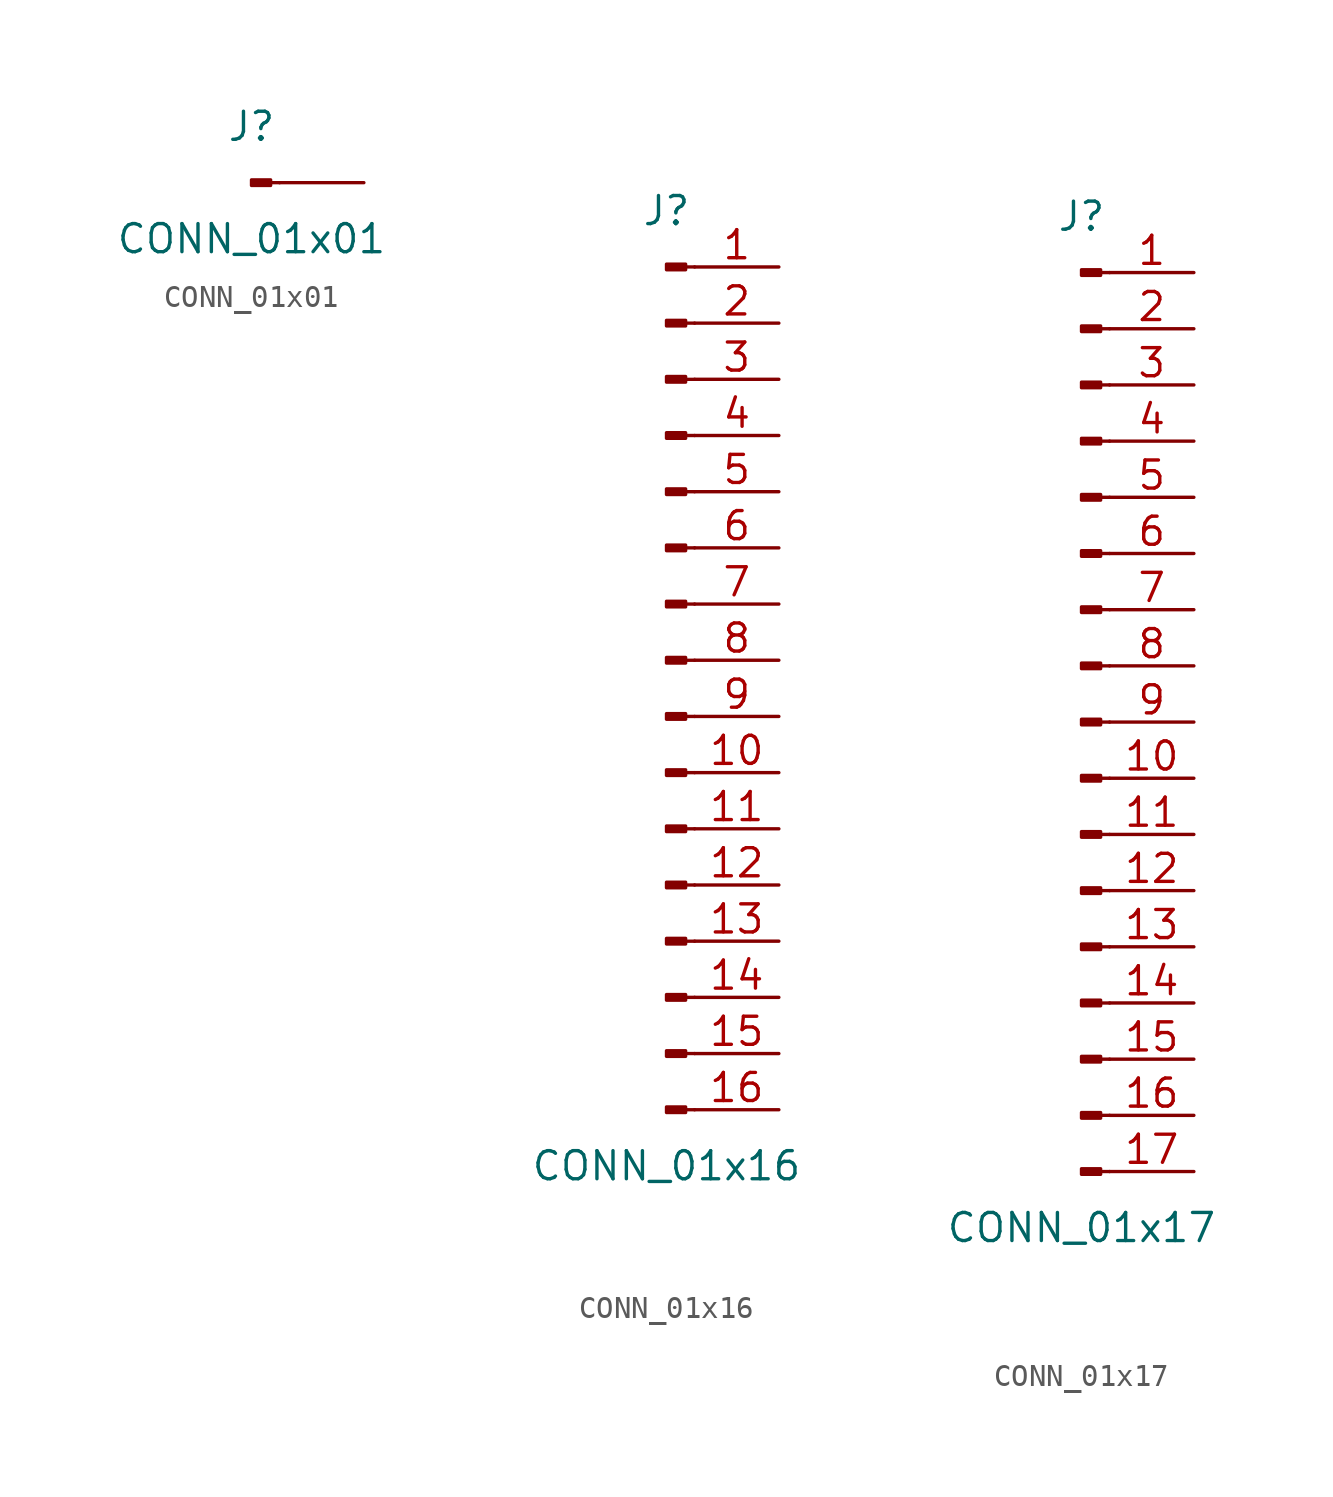
<source format=kicad_sym>
(kicad_symbol_lib
  (version 20220914)
  (generator kicad_symbol_editor)
  (symbol "CONN_01x01"
    (pin_numbers hide)
    (pin_names
      (offset 1.016) hide)
    (property "Reference" "J"
      (at 0 2.54 0)
      (effects (font (size 1.27 1.27))))
    (property "Value" "CONN_01x01"
      (at 0 -2.54 0)
      (effects (font (size 1.27 1.27))))
    (symbol "CONN_01x01_1_1"
      (polyline (pts (xy 1.27 0) (xy 0.864 0)) (stroke (width 0.152) (type default)) (fill (type none)))
      (rectangle (start 0 0.127) (end 0.864 -0.127) (stroke (width 0.152) (type default)) (fill (type outline)))
      (pin passive line (at 5.08 0 180) (length 3.81) (name "Pin_1" (effects (font (size 1.27 1.27)))) (number "1" (effects (font (size 1.27 1.27)))))))
  (symbol "CONN_01x16"
    (pin_names
      (offset 1.016) hide)
    (property "Reference" "J"
      (at 0 20.32 0)
      (effects (font (size 1.27 1.27))))
    (property "Value" "CONN_01x16"
      (at 0 -22.86 0)
      (effects (font (size 1.27 1.27))))
    (symbol "CONN_01x16_1_1"
      (polyline (pts (xy 1.27 -20.32) (xy 0.864 -20.32)) (stroke (width 0.152) (type default)) (fill (type none)))
      (polyline (pts (xy 1.27 -17.78) (xy 0.864 -17.78)) (stroke (width 0.152) (type default)) (fill (type none)))
      (polyline (pts (xy 1.27 -15.24) (xy 0.864 -15.24)) (stroke (width 0.152) (type default)) (fill (type none)))
      (polyline (pts (xy 1.27 -12.7) (xy 0.864 -12.7)) (stroke (width 0.152) (type default)) (fill (type none)))
      (polyline (pts (xy 1.27 -10.16) (xy 0.864 -10.16)) (stroke (width 0.152) (type default)) (fill (type none)))
      (polyline (pts (xy 1.27 -7.62) (xy 0.864 -7.62)) (stroke (width 0.152) (type default)) (fill (type none)))
      (polyline (pts (xy 1.27 -5.08) (xy 0.864 -5.08)) (stroke (width 0.152) (type default)) (fill (type none)))
      (polyline (pts (xy 1.27 -2.54) (xy 0.864 -2.54)) (stroke (width 0.152) (type default)) (fill (type none)))
      (polyline (pts (xy 1.27 0) (xy 0.864 0)) (stroke (width 0.152) (type default)) (fill (type none)))
      (polyline (pts (xy 1.27 2.54) (xy 0.864 2.54)) (stroke (width 0.152) (type default)) (fill (type none)))
      (polyline (pts (xy 1.27 5.08) (xy 0.864 5.08)) (stroke (width 0.152) (type default)) (fill (type none)))
      (polyline (pts (xy 1.27 7.62) (xy 0.864 7.62)) (stroke (width 0.152) (type default)) (fill (type none)))
      (polyline (pts (xy 1.27 10.16) (xy 0.864 10.16)) (stroke (width 0.152) (type default)) (fill (type none)))
      (polyline (pts (xy 1.27 12.7) (xy 0.864 12.7)) (stroke (width 0.152) (type default)) (fill (type none)))
      (polyline (pts (xy 1.27 15.24) (xy 0.864 15.24)) (stroke (width 0.152) (type default)) (fill (type none)))
      (polyline (pts (xy 1.27 17.78) (xy 0.864 17.78)) (stroke (width 0.152) (type default)) (fill (type none)))
      (rectangle (start 0.864 -20.193) (end 0 -20.447) (stroke (width 0.152) (type default)) (fill (type outline)))
      (rectangle (start 0.864 -17.653) (end 0 -17.907) (stroke (width 0.152) (type default)) (fill (type outline)))
      (rectangle (start 0.864 -15.113) (end 0 -15.367) (stroke (width 0.152) (type default)) (fill (type outline)))
      (rectangle (start 0.864 -12.573) (end 0 -12.827) (stroke (width 0.152) (type default)) (fill (type outline)))
      (rectangle (start 0.864 -10.033) (end 0 -10.287) (stroke (width 0.152) (type default)) (fill (type outline)))
      (rectangle (start 0.864 -7.493) (end 0 -7.747) (stroke (width 0.152) (type default)) (fill (type outline)))
      (rectangle (start 0.864 -4.953) (end 0 -5.207) (stroke (width 0.152) (type default)) (fill (type outline)))
      (rectangle (start 0.864 -2.413) (end 0 -2.667) (stroke (width 0.152) (type default)) (fill (type outline)))
      (rectangle (start 0.864 0.127) (end 0 -0.127) (stroke (width 0.152) (type default)) (fill (type outline)))
      (rectangle (start 0.864 2.667) (end 0 2.413) (stroke (width 0.152) (type default)) (fill (type outline)))
      (rectangle (start 0.864 5.207) (end 0 4.953) (stroke (width 0.152) (type default)) (fill (type outline)))
      (rectangle (start 0.864 7.747) (end 0 7.493) (stroke (width 0.152) (type default)) (fill (type outline)))
      (rectangle (start 0.864 10.287) (end 0 10.033) (stroke (width 0.152) (type default)) (fill (type outline)))
      (rectangle (start 0.864 12.827) (end 0 12.573) (stroke (width 0.152) (type default)) (fill (type outline)))
      (rectangle (start 0.864 15.367) (end 0 15.113) (stroke (width 0.152) (type default)) (fill (type outline)))
      (rectangle (start 0.864 17.907) (end 0 17.653) (stroke (width 0.152) (type default)) (fill (type outline)))
      (pin passive line (at 5.08 17.78 180) (length 3.81) (name "Pin_1" (effects (font (size 1.27 1.27)))) (number "1" (effects (font (size 1.27 1.27)))))
      (pin passive line (at 5.08 -5.08 180) (length 3.81) (name "Pin_10" (effects (font (size 1.27 1.27)))) (number "10" (effects (font (size 1.27 1.27)))))
      (pin passive line (at 5.08 -7.62 180) (length 3.81) (name "Pin_11" (effects (font (size 1.27 1.27)))) (number "11" (effects (font (size 1.27 1.27)))))
      (pin passive line (at 5.08 -10.16 180) (length 3.81) (name "Pin_12" (effects (font (size 1.27 1.27)))) (number "12" (effects (font (size 1.27 1.27)))))
      (pin passive line (at 5.08 -12.7 180) (length 3.81) (name "Pin_13" (effects (font (size 1.27 1.27)))) (number "13" (effects (font (size 1.27 1.27)))))
      (pin passive line (at 5.08 -15.24 180) (length 3.81) (name "Pin_14" (effects (font (size 1.27 1.27)))) (number "14" (effects (font (size 1.27 1.27)))))
      (pin passive line (at 5.08 -17.78 180) (length 3.81) (name "Pin_15" (effects (font (size 1.27 1.27)))) (number "15" (effects (font (size 1.27 1.27)))))
      (pin passive line (at 5.08 -20.32 180) (length 3.81) (name "Pin_16" (effects (font (size 1.27 1.27)))) (number "16" (effects (font (size 1.27 1.27)))))
      (pin passive line (at 5.08 15.24 180) (length 3.81) (name "Pin_2" (effects (font (size 1.27 1.27)))) (number "2" (effects (font (size 1.27 1.27)))))
      (pin passive line (at 5.08 12.7 180) (length 3.81) (name "Pin_3" (effects (font (size 1.27 1.27)))) (number "3" (effects (font (size 1.27 1.27)))))
      (pin passive line (at 5.08 10.16 180) (length 3.81) (name "Pin_4" (effects (font (size 1.27 1.27)))) (number "4" (effects (font (size 1.27 1.27)))))
      (pin passive line (at 5.08 7.62 180) (length 3.81) (name "Pin_5" (effects (font (size 1.27 1.27)))) (number "5" (effects (font (size 1.27 1.27)))))
      (pin passive line (at 5.08 5.08 180) (length 3.81) (name "Pin_6" (effects (font (size 1.27 1.27)))) (number "6" (effects (font (size 1.27 1.27)))))
      (pin passive line (at 5.08 2.54 180) (length 3.81) (name "Pin_7" (effects (font (size 1.27 1.27)))) (number "7" (effects (font (size 1.27 1.27)))))
      (pin passive line (at 5.08 0 180) (length 3.81) (name "Pin_8" (effects (font (size 1.27 1.27)))) (number "8" (effects (font (size 1.27 1.27)))))
      (pin passive line (at 5.08 -2.54 180) (length 3.81) (name "Pin_9" (effects (font (size 1.27 1.27)))) (number "9" (effects (font (size 1.27 1.27)))))))
  (symbol "CONN_01x17"
    (pin_names
      (offset 1.016) hide)
    (property "Reference" "J"
      (at 0 22.86 0)
      (effects (font (size 1.27 1.27))))
    (property "Value" "CONN_01x17"
      (at 0 -22.86 0)
      (effects (font (size 1.27 1.27))))
    (symbol "CONN_01x17_1_1"
      (polyline (pts (xy 1.27 -20.32) (xy 0.864 -20.32)) (stroke (width 0.152) (type default)) (fill (type none)))
      (polyline (pts (xy 1.27 -17.78) (xy 0.864 -17.78)) (stroke (width 0.152) (type default)) (fill (type none)))
      (polyline (pts (xy 1.27 -15.24) (xy 0.864 -15.24)) (stroke (width 0.152) (type default)) (fill (type none)))
      (polyline (pts (xy 1.27 -12.7) (xy 0.864 -12.7)) (stroke (width 0.152) (type default)) (fill (type none)))
      (polyline (pts (xy 1.27 -10.16) (xy 0.864 -10.16)) (stroke (width 0.152) (type default)) (fill (type none)))
      (polyline (pts (xy 1.27 -7.62) (xy 0.864 -7.62)) (stroke (width 0.152) (type default)) (fill (type none)))
      (polyline (pts (xy 1.27 -5.08) (xy 0.864 -5.08)) (stroke (width 0.152) (type default)) (fill (type none)))
      (polyline (pts (xy 1.27 -2.54) (xy 0.864 -2.54)) (stroke (width 0.152) (type default)) (fill (type none)))
      (polyline (pts (xy 1.27 0) (xy 0.864 0)) (stroke (width 0.152) (type default)) (fill (type none)))
      (polyline (pts (xy 1.27 2.54) (xy 0.864 2.54)) (stroke (width 0.152) (type default)) (fill (type none)))
      (polyline (pts (xy 1.27 5.08) (xy 0.864 5.08)) (stroke (width 0.152) (type default)) (fill (type none)))
      (polyline (pts (xy 1.27 7.62) (xy 0.864 7.62)) (stroke (width 0.152) (type default)) (fill (type none)))
      (polyline (pts (xy 1.27 10.16) (xy 0.864 10.16)) (stroke (width 0.152) (type default)) (fill (type none)))
      (polyline (pts (xy 1.27 12.7) (xy 0.864 12.7)) (stroke (width 0.152) (type default)) (fill (type none)))
      (polyline (pts (xy 1.27 15.24) (xy 0.864 15.24)) (stroke (width 0.152) (type default)) (fill (type none)))
      (polyline (pts (xy 1.27 17.78) (xy 0.864 17.78)) (stroke (width 0.152) (type default)) (fill (type none)))
      (polyline (pts (xy 1.27 20.32) (xy 0.864 20.32)) (stroke (width 0.152) (type default)) (fill (type none)))
      (rectangle (start 0.864 -20.193) (end 0 -20.447) (stroke (width 0.152) (type default)) (fill (type outline)))
      (rectangle (start 0.864 -17.653) (end 0 -17.907) (stroke (width 0.152) (type default)) (fill (type outline)))
      (rectangle (start 0.864 -15.113) (end 0 -15.367) (stroke (width 0.152) (type default)) (fill (type outline)))
      (rectangle (start 0.864 -12.573) (end 0 -12.827) (stroke (width 0.152) (type default)) (fill (type outline)))
      (rectangle (start 0.864 -10.033) (end 0 -10.287) (stroke (width 0.152) (type default)) (fill (type outline)))
      (rectangle (start 0.864 -7.493) (end 0 -7.747) (stroke (width 0.152) (type default)) (fill (type outline)))
      (rectangle (start 0.864 -4.953) (end 0 -5.207) (stroke (width 0.152) (type default)) (fill (type outline)))
      (rectangle (start 0.864 -2.413) (end 0 -2.667) (stroke (width 0.152) (type default)) (fill (type outline)))
      (rectangle (start 0.864 0.127) (end 0 -0.127) (stroke (width 0.152) (type default)) (fill (type outline)))
      (rectangle (start 0.864 2.667) (end 0 2.413) (stroke (width 0.152) (type default)) (fill (type outline)))
      (rectangle (start 0.864 5.207) (end 0 4.953) (stroke (width 0.152) (type default)) (fill (type outline)))
      (rectangle (start 0.864 7.747) (end 0 7.493) (stroke (width 0.152) (type default)) (fill (type outline)))
      (rectangle (start 0.864 10.287) (end 0 10.033) (stroke (width 0.152) (type default)) (fill (type outline)))
      (rectangle (start 0.864 12.827) (end 0 12.573) (stroke (width 0.152) (type default)) (fill (type outline)))
      (rectangle (start 0.864 15.367) (end 0 15.113) (stroke (width 0.152) (type default)) (fill (type outline)))
      (rectangle (start 0.864 17.907) (end 0 17.653) (stroke (width 0.152) (type default)) (fill (type outline)))
      (rectangle (start 0.864 20.447) (end 0 20.193) (stroke (width 0.152) (type default)) (fill (type outline)))
      (pin passive line (at 5.08 20.32 180) (length 3.81) (name "Pin_1" (effects (font (size 1.27 1.27)))) (number "1" (effects (font (size 1.27 1.27)))))
      (pin passive line (at 5.08 -2.54 180) (length 3.81) (name "Pin_10" (effects (font (size 1.27 1.27)))) (number "10" (effects (font (size 1.27 1.27)))))
      (pin passive line (at 5.08 -5.08 180) (length 3.81) (name "Pin_11" (effects (font (size 1.27 1.27)))) (number "11" (effects (font (size 1.27 1.27)))))
      (pin passive line (at 5.08 -7.62 180) (length 3.81) (name "Pin_12" (effects (font (size 1.27 1.27)))) (number "12" (effects (font (size 1.27 1.27)))))
      (pin passive line (at 5.08 -10.16 180) (length 3.81) (name "Pin_13" (effects (font (size 1.27 1.27)))) (number "13" (effects (font (size 1.27 1.27)))))
      (pin passive line (at 5.08 -12.7 180) (length 3.81) (name "Pin_14" (effects (font (size 1.27 1.27)))) (number "14" (effects (font (size 1.27 1.27)))))
      (pin passive line (at 5.08 -15.24 180) (length 3.81) (name "Pin_15" (effects (font (size 1.27 1.27)))) (number "15" (effects (font (size 1.27 1.27)))))
      (pin passive line (at 5.08 -17.78 180) (length 3.81) (name "Pin_16" (effects (font (size 1.27 1.27)))) (number "16" (effects (font (size 1.27 1.27)))))
      (pin passive line (at 5.08 -20.32 180) (length 3.81) (name "Pin_17" (effects (font (size 1.27 1.27)))) (number "17" (effects (font (size 1.27 1.27)))))
      (pin passive line (at 5.08 17.78 180) (length 3.81) (name "Pin_2" (effects (font (size 1.27 1.27)))) (number "2" (effects (font (size 1.27 1.27)))))
      (pin passive line (at 5.08 15.24 180) (length 3.81) (name "Pin_3" (effects (font (size 1.27 1.27)))) (number "3" (effects (font (size 1.27 1.27)))))
      (pin passive line (at 5.08 12.7 180) (length 3.81) (name "Pin_4" (effects (font (size 1.27 1.27)))) (number "4" (effects (font (size 1.27 1.27)))))
      (pin passive line (at 5.08 10.16 180) (length 3.81) (name "Pin_5" (effects (font (size 1.27 1.27)))) (number "5" (effects (font (size 1.27 1.27)))))
      (pin passive line (at 5.08 7.62 180) (length 3.81) (name "Pin_6" (effects (font (size 1.27 1.27)))) (number "6" (effects (font (size 1.27 1.27)))))
      (pin passive line (at 5.08 5.08 180) (length 3.81) (name "Pin_7" (effects (font (size 1.27 1.27)))) (number "7" (effects (font (size 1.27 1.27)))))
      (pin passive line (at 5.08 2.54 180) (length 3.81) (name "Pin_8" (effects (font (size 1.27 1.27)))) (number "8" (effects (font (size 1.27 1.27)))))
      (pin passive line (at 5.08 0 180) (length 3.81) (name "Pin_9" (effects (font (size 1.27 1.27)))) (number "9" (effects (font (size 1.27 1.27))))))))
</source>
